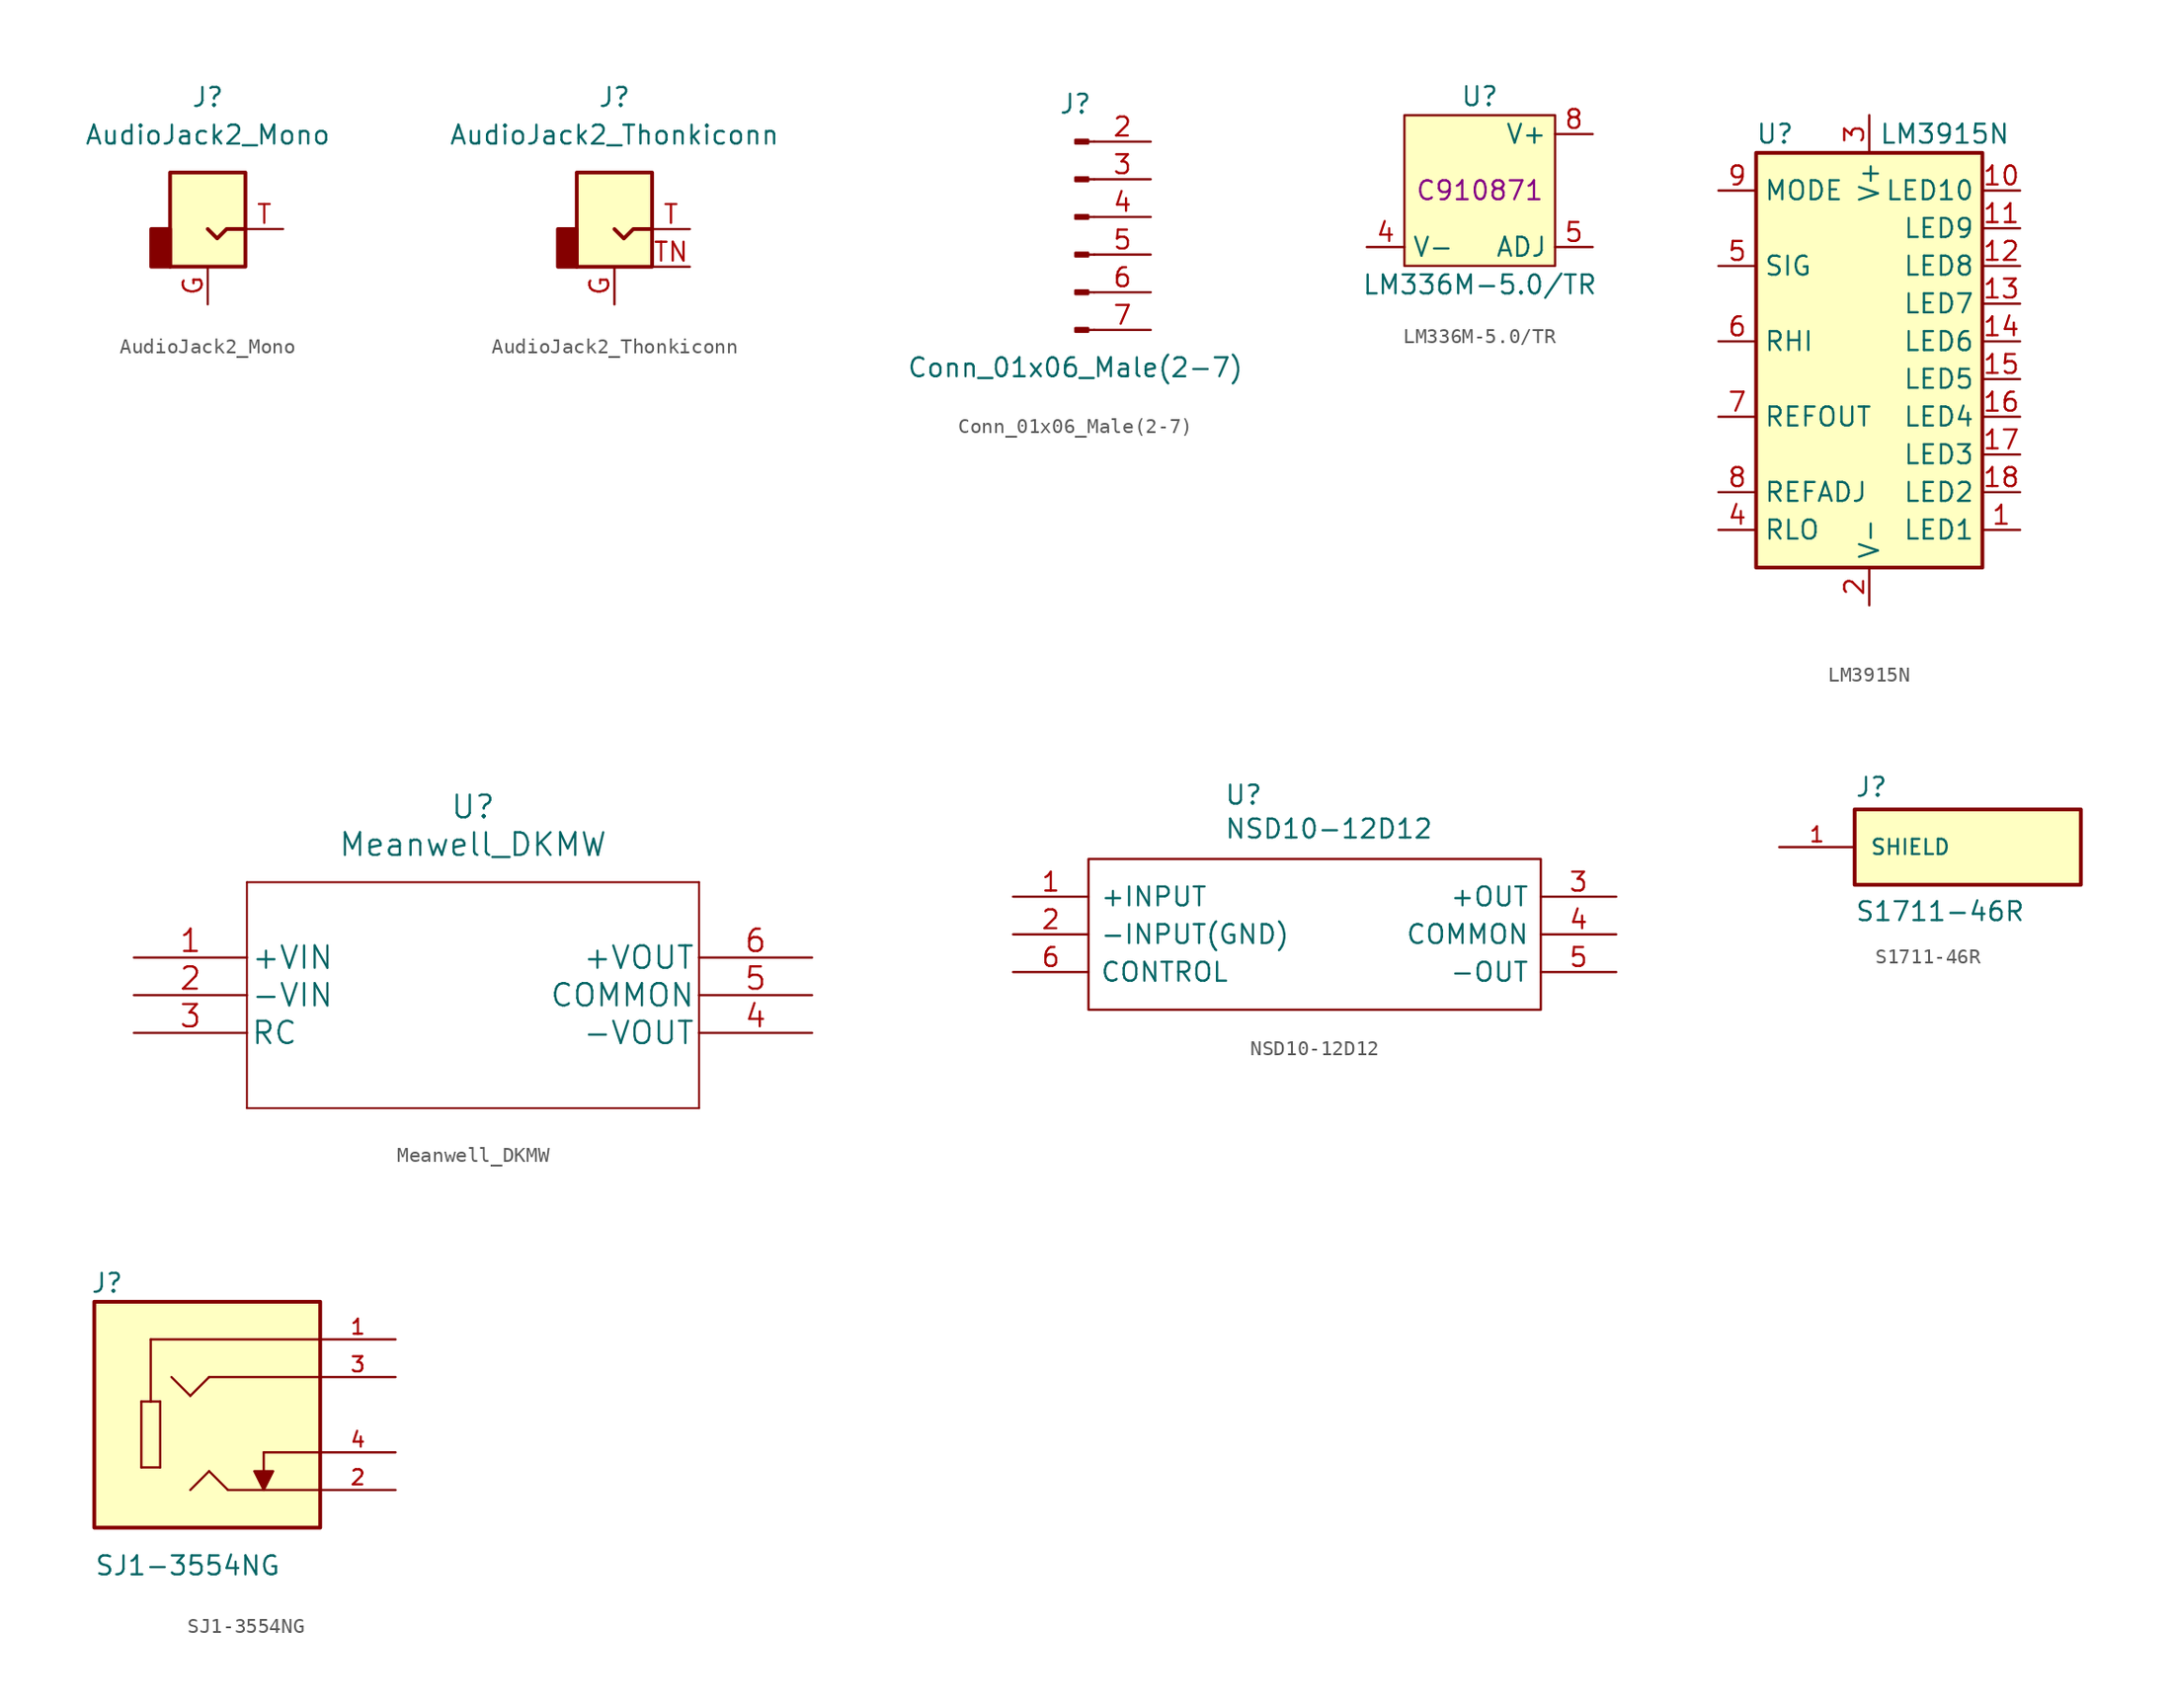
<source format=kicad_sym>
(kicad_symbol_lib
  (version 20220914)
  (generator kicad_symbol_editor)
  (symbol "AudioJack2_Mono"
    (property "Reference" "J"
      (at 0 8.89 0)
      (effects (font (size 1.27 1.27))))
    (property "Value" "AudioJack2_Mono"
      (at 0 6.35 0)
      (effects (font (size 1.27 1.27))))
    (symbol "AudioJack2_Mono_0_1"
      (rectangle (start -2.54 -2.54) (end -3.81 0) (stroke (width 0.254) (type solid)) (fill (type outline)))
      (polyline (pts (xy 0 0) (xy 0.635 -0.635) (xy 1.27 0) (xy 2.54 0)) (stroke (width 0.254) (type solid)) (fill (type none)))
      (rectangle (start 2.54 3.81) (end -2.54 -2.54) (stroke (width 0.254) (type solid)) (fill (type background))))
    (symbol "AudioJack2_Mono_1_1"
      (pin passive line (at 0 -5.08 90) (length 2.54) (name "~" (effects (font (size 1.27 1.27)))) (number "G" (effects (font (size 1.27 1.27)))))
      (pin passive line (at 5.08 0 180) (length 2.54) (name "~" (effects (font (size 1.27 1.27)))) (number "T" (effects (font (size 1.27 1.27)))))))
  (symbol "AudioJack2_Thonkiconn"
    (property "Reference" "J"
      (at 0 8.89 0)
      (effects (font (size 1.27 1.27))))
    (property "Value" "AudioJack2_Thonkiconn"
      (at 0 6.35 0)
      (effects (font (size 1.27 1.27))))
    (symbol "AudioJack2_Thonkiconn_0_1"
      (rectangle (start -2.54 -2.54) (end -3.81 0) (stroke (width 0.254) (type solid)) (fill (type outline)))
      (polyline (pts (xy 0 0) (xy 0.635 -0.635) (xy 1.27 0) (xy 2.54 0)) (stroke (width 0.254) (type solid)) (fill (type none)))
      (rectangle (start 2.54 3.81) (end -2.54 -2.54) (stroke (width 0.254) (type solid)) (fill (type background))))
    (symbol "AudioJack2_Thonkiconn_1_1"
      (pin passive line (at 0 -5.08 90) (length 2.54) (name "~" (effects (font (size 1.27 1.27)))) (number "G" (effects (font (size 1.27 1.27)))))
      (pin bidirectional line (at 5.08 0 180) (length 2.54) (name "~" (effects (font (size 1.27 1.27)))) (number "T" (effects (font (size 1.27 1.27)))))
      (pin passive line (at 5.08 -2.54 180) (length 2.54) (name "~" (effects (font (size 1.27 1.27)))) (number "TN" (effects (font (size 1.27 1.27)))))))
  (symbol "Conn_01x06_Male(2-7)"
    (pin_names
      (offset 1.016) hide)
    (property "Reference" "J"
      (at 0 7.62 0)
      (effects (font (size 1.27 1.27))))
    (property "Value" "Conn_01x06_Male(2-7)"
      (at 0 -10.16 0)
      (effects (font (size 1.27 1.27))))
    (symbol "Conn_01x06_Male(2-7)_1_1"
      (polyline (pts (xy 1.27 -7.62) (xy 0.864 -7.62)) (stroke (width 0.152) (type solid)) (fill (type none)))
      (polyline (pts (xy 1.27 -5.08) (xy 0.864 -5.08)) (stroke (width 0.152) (type solid)) (fill (type none)))
      (polyline (pts (xy 1.27 -2.54) (xy 0.864 -2.54)) (stroke (width 0.152) (type solid)) (fill (type none)))
      (polyline (pts (xy 1.27 0) (xy 0.864 0)) (stroke (width 0.152) (type solid)) (fill (type none)))
      (polyline (pts (xy 1.27 2.54) (xy 0.864 2.54)) (stroke (width 0.152) (type solid)) (fill (type none)))
      (polyline (pts (xy 1.27 5.08) (xy 0.864 5.08)) (stroke (width 0.152) (type solid)) (fill (type none)))
      (rectangle (start 0.864 -7.493) (end 0 -7.747) (stroke (width 0.152) (type solid)) (fill (type outline)))
      (rectangle (start 0.864 -4.953) (end 0 -5.207) (stroke (width 0.152) (type solid)) (fill (type outline)))
      (rectangle (start 0.864 -2.413) (end 0 -2.667) (stroke (width 0.152) (type solid)) (fill (type outline)))
      (rectangle (start 0.864 0.127) (end 0 -0.127) (stroke (width 0.152) (type solid)) (fill (type outline)))
      (rectangle (start 0.864 2.667) (end 0 2.413) (stroke (width 0.152) (type solid)) (fill (type outline)))
      (rectangle (start 0.864 5.207) (end 0 4.953) (stroke (width 0.152) (type solid)) (fill (type outline)))
      (pin passive line (at 5.08 5.08 180) (length 3.81) (name "Pin_2" (effects (font (size 1.27 1.27)))) (number "2" (effects (font (size 1.27 1.27)))))
      (pin passive line (at 5.08 2.54 180) (length 3.81) (name "Pin_3" (effects (font (size 1.27 1.27)))) (number "3" (effects (font (size 1.27 1.27)))))
      (pin passive line (at 5.08 0 180) (length 3.81) (name "Pin_4" (effects (font (size 1.27 1.27)))) (number "4" (effects (font (size 1.27 1.27)))))
      (pin passive line (at 5.08 -2.54 180) (length 3.81) (name "Pin_5" (effects (font (size 1.27 1.27)))) (number "5" (effects (font (size 1.27 1.27)))))
      (pin passive line (at 5.08 -5.08 180) (length 3.81) (name "Pin_6" (effects (font (size 1.27 1.27)))) (number "6" (effects (font (size 1.27 1.27)))))
      (pin passive line (at 5.08 -7.62 180) (length 3.81) (name "Pin_7" (effects (font (size 1.27 1.27)))) (number "7" (effects (font (size 1.27 1.27)))))))
  (symbol "LM336M-5.0/TR"
    (property "Reference" "U"
      (at 0 6.35 0)
      (effects (font (size 1.27 1.27))))
    (property "Value" "LM336M-5.0/TR"
      (at 0 -6.35 0)
      (effects (font (size 1.27 1.27))))
    (property "LCSC" "C910871"
      (at 0 0 0)
      (effects (font (size 1.27 1.27))))
    (symbol "LM336M-5.0/TR_1_1"
      (rectangle (start -5.08 5.08) (end 5.08 -5.08) (stroke (width 0) (type default)) (fill (type background)))
      (pin no_connect line (at -7.62 3.81 0) (length 2.54) hide (name "NC" (effects (font (size 1.27 1.27)))) (number "1" (effects (font (size 1.27 1.27)))))
      (pin no_connect line (at -7.62 1.27 0) (length 2.54) hide (name "NC" (effects (font (size 1.27 1.27)))) (number "2" (effects (font (size 1.27 1.27)))))
      (pin no_connect line (at -7.62 -1.27 0) (length 2.54) hide (name "NC" (effects (font (size 1.27 1.27)))) (number "3" (effects (font (size 1.27 1.27)))))
      (pin power_in line (at -7.62 -3.81 0) (length 2.54) (name "V-" (effects (font (size 1.27 1.27)))) (number "4" (effects (font (size 1.27 1.27)))))
      (pin bidirectional line (at 7.62 -3.81 180) (length 2.54) (name "ADJ" (effects (font (size 1.27 1.27)))) (number "5" (effects (font (size 1.27 1.27)))))
      (pin no_connect line (at 7.62 -1.27 180) (length 2.54) hide (name "NC" (effects (font (size 1.27 1.27)))) (number "6" (effects (font (size 1.27 1.27)))))
      (pin no_connect line (at 7.62 1.27 180) (length 2.54) hide (name "NC" (effects (font (size 1.27 1.27)))) (number "7" (effects (font (size 1.27 1.27)))))
      (pin power_out line (at 7.62 3.81 180) (length 2.54) (name "V+" (effects (font (size 1.27 1.27)))) (number "8" (effects (font (size 1.27 1.27)))))))
  (symbol "LM3915N"
    (property "Reference" "U"
      (at -6.35 13.97 0)
      (effects (font (size 1.27 1.27))))
    (property "Value" "LM3915N"
      (at 5.08 13.97 0)
      (effects (font (size 1.27 1.27))))
    (symbol "LM3915N_0_1"
      (rectangle (start -7.62 12.7) (end 7.62 -15.24) (stroke (width 0.254) (type solid)) (fill (type background))))
    (symbol "LM3915N_1_1"
      (pin open_collector line (at 10.16 -12.7 180) (length 2.54) (name "LED1" (effects (font (size 1.27 1.27)))) (number "1" (effects (font (size 1.27 1.27)))))
      (pin open_collector line (at 10.16 10.16 180) (length 2.54) (name "LED10" (effects (font (size 1.27 1.27)))) (number "10" (effects (font (size 1.27 1.27)))))
      (pin open_collector line (at 10.16 7.62 180) (length 2.54) (name "LED9" (effects (font (size 1.27 1.27)))) (number "11" (effects (font (size 1.27 1.27)))))
      (pin open_collector line (at 10.16 5.08 180) (length 2.54) (name "LED8" (effects (font (size 1.27 1.27)))) (number "12" (effects (font (size 1.27 1.27)))))
      (pin open_collector line (at 10.16 2.54 180) (length 2.54) (name "LED7" (effects (font (size 1.27 1.27)))) (number "13" (effects (font (size 1.27 1.27)))))
      (pin open_collector line (at 10.16 0 180) (length 2.54) (name "LED6" (effects (font (size 1.27 1.27)))) (number "14" (effects (font (size 1.27 1.27)))))
      (pin open_collector line (at 10.16 -2.54 180) (length 2.54) (name "LED5" (effects (font (size 1.27 1.27)))) (number "15" (effects (font (size 1.27 1.27)))))
      (pin open_collector line (at 10.16 -5.08 180) (length 2.54) (name "LED4" (effects (font (size 1.27 1.27)))) (number "16" (effects (font (size 1.27 1.27)))))
      (pin open_collector line (at 10.16 -7.62 180) (length 2.54) (name "LED3" (effects (font (size 1.27 1.27)))) (number "17" (effects (font (size 1.27 1.27)))))
      (pin open_collector line (at 10.16 -10.16 180) (length 2.54) (name "LED2" (effects (font (size 1.27 1.27)))) (number "18" (effects (font (size 1.27 1.27)))))
      (pin power_in line (at 0 -17.78 90) (length 2.54) (name "V-" (effects (font (size 1.27 1.27)))) (number "2" (effects (font (size 1.27 1.27)))))
      (pin power_in line (at 0 15.24 270) (length 2.54) (name "V+" (effects (font (size 1.27 1.27)))) (number "3" (effects (font (size 1.27 1.27)))))
      (pin input line (at -10.16 -12.7 0) (length 2.54) (name "RLO" (effects (font (size 1.27 1.27)))) (number "4" (effects (font (size 1.27 1.27)))))
      (pin input line (at -10.16 5.08 0) (length 2.54) (name "SIG" (effects (font (size 1.27 1.27)))) (number "5" (effects (font (size 1.27 1.27)))))
      (pin input line (at -10.16 0 0) (length 2.54) (name "RHI" (effects (font (size 1.27 1.27)))) (number "6" (effects (font (size 1.27 1.27)))))
      (pin output line (at -10.16 -5.08 0) (length 2.54) (name "REFOUT" (effects (font (size 1.27 1.27)))) (number "7" (effects (font (size 1.27 1.27)))))
      (pin input line (at -10.16 -10.16 0) (length 2.54) (name "REFADJ" (effects (font (size 1.27 1.27)))) (number "8" (effects (font (size 1.27 1.27)))))
      (pin input line (at -10.16 10.16 0) (length 2.54) (name "MODE" (effects (font (size 1.27 1.27)))) (number "9" (effects (font (size 1.27 1.27)))))))
  (symbol "Meanwell_DKMW"
    (pin_names
      (offset 0.254))
    (property "Reference" "U"
      (at 22.86 10.16 0)
      (effects (font (size 1.524 1.524))))
    (property "Value" "Meanwell_DKMW"
      (at 22.86 7.62 0)
      (effects (font (size 1.524 1.524))))
    (property "Datasheet" ""
      (at 0 0 0)
      (effects (font (size 1.524 1.524))))
    (property "ki_locked" ""
      (at 0 0 0)
      (effects (font (size 1.27 1.27))))
    (symbol "Meanwell_DKMW_1_1"
      (polyline (pts (xy 7.62 -10.16) (xy 38.1 -10.16)) (stroke (width 0.127) (type solid)) (fill (type none)))
      (polyline (pts (xy 7.62 5.08) (xy 7.62 -10.16)) (stroke (width 0.127) (type solid)) (fill (type none)))
      (polyline (pts (xy 38.1 -10.16) (xy 38.1 5.08)) (stroke (width 0.127) (type solid)) (fill (type none)))
      (polyline (pts (xy 38.1 5.08) (xy 7.62 5.08)) (stroke (width 0.127) (type solid)) (fill (type none)))
      (pin power_in line (at 0 0 0) (length 7.62) (name "+VIN" (effects (font (size 1.499 1.499)))) (number "1" (effects (font (size 1.499 1.499)))))
      (pin power_in line (at 0 -2.54 0) (length 7.62) (name "-VIN" (effects (font (size 1.499 1.499)))) (number "2" (effects (font (size 1.499 1.499)))))
      (pin unspecified line (at 0 -5.08 0) (length 7.62) (name "RC" (effects (font (size 1.499 1.499)))) (number "3" (effects (font (size 1.499 1.499)))))
      (pin output line (at 45.72 -5.08 180) (length 7.62) (name "-VOUT" (effects (font (size 1.499 1.499)))) (number "4" (effects (font (size 1.499 1.499)))))
      (pin unspecified line (at 45.72 -2.54 180) (length 7.62) (name "COMMON" (effects (font (size 1.499 1.499)))) (number "5" (effects (font (size 1.499 1.499)))))
      (pin output line (at 45.72 0 180) (length 7.62) (name "+VOUT" (effects (font (size 1.499 1.499)))) (number "6" (effects (font (size 1.499 1.499)))))))
  (symbol "NSD10-12D12"
    (pin_names
      (offset 0.762))
    (property "Reference" "U"
      (at 14.224 6.858 0)
      (effects (font (size 1.27 1.27)) (justify left)))
    (property "Value" "NSD10-12D12"
      (at 14.224 4.572 0)
      (effects (font (size 1.27 1.27)) (justify left)))
    (symbol "NSD10-12D12_0_0"
      (pin passive line (at 0 0 0) (length 5.08) (name "+INPUT" (effects (font (size 1.27 1.27)))) (number "1" (effects (font (size 1.27 1.27)))))
      (pin passive line (at 0 -2.54 0) (length 5.08) (name "-INPUT(GND)" (effects (font (size 1.27 1.27)))) (number "2" (effects (font (size 1.27 1.27)))))
      (pin passive line (at 40.64 0 180) (length 5.08) (name "+OUT" (effects (font (size 1.27 1.27)))) (number "3" (effects (font (size 1.27 1.27)))))
      (pin passive line (at 40.64 -2.54 180) (length 5.08) (name "COMMON" (effects (font (size 1.27 1.27)))) (number "4" (effects (font (size 1.27 1.27)))))
      (pin passive line (at 40.64 -5.08 180) (length 5.08) (name "-OUT" (effects (font (size 1.27 1.27)))) (number "5" (effects (font (size 1.27 1.27)))))
      (pin passive line (at 0 -5.08 0) (length 5.08) (name "CONTROL" (effects (font (size 1.27 1.27)))) (number "6" (effects (font (size 1.27 1.27))))))
    (symbol "NSD10-12D12_0_1"
      (polyline (pts (xy 5.08 2.54) (xy 35.56 2.54) (xy 35.56 -7.62) (xy 5.08 -7.62) (xy 5.08 2.54)) (stroke (width 0.152) (type solid)) (fill (type none)))))
  (symbol "S1711-46R"
    (pin_names
      (offset 1.016))
    (property "Reference" "J"
      (at -7.62 3.302 0)
      (effects (font (size 1.27 1.27)) (justify left bottom)))
    (property "Value" "S1711-46R"
      (at -7.62 -5.08 0)
      (effects (font (size 1.27 1.27)) (justify left bottom)))
    (symbol "S1711-46R_0_0"
      (rectangle (start -7.62 -2.54) (end 7.62 2.54) (stroke (width 0.254) (type default)) (fill (type background)))
      (pin passive line (at -12.7 0 0) (length 5.08) (name "SHIELD" (effects (font (size 1.016 1.016)))) (number "1" (effects (font (size 1.016 1.016)))))))
  (symbol "SJ1-3554NG"
    (pin_names
      (offset 1.016))
    (property "Reference" "J"
      (at -7.883 8.135 0)
      (effects (font (size 1.27 1.27)) (justify left bottom)))
    (property "Value" "SJ1-3554NG"
      (at -7.625 -10.927 0)
      (effects (font (size 1.27 1.27)) (justify left bottom)))
    (symbol "SJ1-3554NG_0_0"
      (rectangle (start -7.62 -7.62) (end 7.62 7.62) (stroke (width 0.254) (type default)) (fill (type background)))
      (polyline (pts (xy -4.445 -3.556) (xy -4.445 0.889)) (stroke (width 0.152) (type default)) (fill (type none)))
      (polyline (pts (xy -4.445 0.889) (xy -3.81 0.889)) (stroke (width 0.152) (type default)) (fill (type none)))
      (polyline (pts (xy -3.81 0.889) (xy -3.175 0.889)) (stroke (width 0.152) (type default)) (fill (type none)))
      (polyline (pts (xy -3.81 5.08) (xy -3.81 0.889)) (stroke (width 0.152) (type default)) (fill (type none)))
      (polyline (pts (xy -3.175 -3.556) (xy -4.445 -3.556)) (stroke (width 0.152) (type default)) (fill (type none)))
      (polyline (pts (xy -3.175 0.889) (xy -3.175 -3.556)) (stroke (width 0.152) (type default)) (fill (type none)))
      (polyline (pts (xy -1.143 1.27) (xy -2.413 2.54)) (stroke (width 0.152) (type default)) (fill (type none)))
      (polyline (pts (xy 0.127 -3.81) (xy -1.143 -5.08)) (stroke (width 0.152) (type default)) (fill (type none)))
      (polyline (pts (xy 0.127 2.54) (xy -1.143 1.27)) (stroke (width 0.152) (type default)) (fill (type none)))
      (polyline (pts (xy 1.397 -5.08) (xy 0.127 -3.81)) (stroke (width 0.152) (type default)) (fill (type none)))
      (polyline (pts (xy 3.81 -2.54) (xy 3.81 -5.08)) (stroke (width 0.152) (type default)) (fill (type none)))
      (polyline (pts (xy 7.62 -5.08) (xy 1.397 -5.08)) (stroke (width 0.152) (type default)) (fill (type none)))
      (polyline (pts (xy 7.62 -2.54) (xy 3.81 -2.54)) (stroke (width 0.152) (type default)) (fill (type none)))
      (polyline (pts (xy 7.62 2.54) (xy 0.127 2.54)) (stroke (width 0.152) (type default)) (fill (type none)))
      (polyline (pts (xy 7.62 5.08) (xy -3.81 5.08)) (stroke (width 0.152) (type default)) (fill (type none)))
      (polyline (pts (xy 3.81 -5.08) (xy 3.175 -3.81) (xy 4.445 -3.81) (xy 3.81 -5.08)) (stroke (width 0.152) (type default)) (fill (type outline)))
      (pin passive line (at 12.7 5.08 180) (length 5.08) (name "~" (effects (font (size 1.016 1.016)))) (number "1" (effects (font (size 1.016 1.016)))))
      (pin passive line (at 12.7 -5.08 180) (length 5.08) (name "~" (effects (font (size 1.016 1.016)))) (number "2" (effects (font (size 1.016 1.016)))))
      (pin passive line (at 12.7 2.54 180) (length 5.08) (name "~" (effects (font (size 1.016 1.016)))) (number "3" (effects (font (size 1.016 1.016)))))
      (pin passive line (at 12.7 -2.54 180) (length 5.08) (name "~" (effects (font (size 1.016 1.016)))) (number "4" (effects (font (size 1.016 1.016))))))))
</source>
